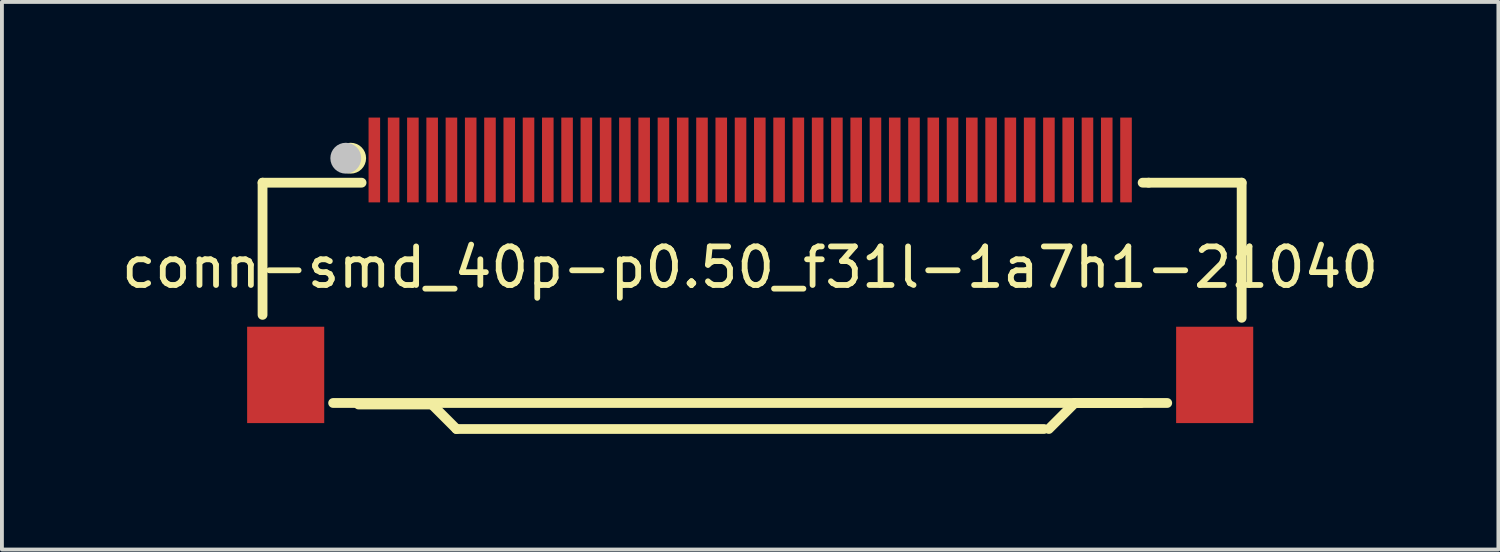
<source format=kicad_pcb>
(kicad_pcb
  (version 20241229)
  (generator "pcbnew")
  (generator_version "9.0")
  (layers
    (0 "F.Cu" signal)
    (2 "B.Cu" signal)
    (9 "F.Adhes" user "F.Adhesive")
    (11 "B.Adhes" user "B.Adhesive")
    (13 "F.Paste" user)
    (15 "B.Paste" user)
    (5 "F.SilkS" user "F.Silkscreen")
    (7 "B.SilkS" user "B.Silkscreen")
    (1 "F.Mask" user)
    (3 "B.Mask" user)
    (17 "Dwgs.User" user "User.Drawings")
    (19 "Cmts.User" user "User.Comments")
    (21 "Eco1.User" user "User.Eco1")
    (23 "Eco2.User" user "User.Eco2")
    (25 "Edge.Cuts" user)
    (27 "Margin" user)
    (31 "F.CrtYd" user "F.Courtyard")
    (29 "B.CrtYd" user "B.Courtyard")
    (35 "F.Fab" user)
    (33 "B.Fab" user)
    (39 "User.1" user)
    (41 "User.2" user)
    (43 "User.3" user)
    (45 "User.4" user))
  (footprint "conn-smd_40p-p0.50_f31l-1a7h1-21040"
    (layer "F.Cu")
    (at 16.411 3.888)
    (property "Reference" "conn-smd_40p-p0.50_f31l-1a7h1-21040" (at 0 0 0) (layer "F.SilkS") (effects (font (size 1 1) (thickness 0.15))))
    (fp_line (start -12.65 -2.199) (end -12.65 1.23) (stroke (width 0.254) (type default)) (layer "F.SilkS"))
    (fp_line (start -10.819 3.516) (end 10.819 3.516) (stroke (width 0.254) (type default)) (layer "F.SilkS"))
    (fp_line (start -10.16 3.556) (end -8.255 3.556) (stroke (width 0.254) (type default)) (layer "F.SilkS"))
    (fp_line (start -10.081 -2.199) (end -12.65 -2.199) (stroke (width 0.254) (type default)) (layer "F.SilkS"))
    (fp_line (start -8.255 3.556) (end -7.62 4.191) (stroke (width 0.254) (type default)) (layer "F.SilkS"))
    (fp_line (start -7.62 4.191) (end 7.62 4.191) (stroke (width 0.254) (type default)) (layer "F.SilkS"))
    (fp_line (start 8.422 3.516) (end 7.747 4.191) (stroke (width 0.254) (type default)) (layer "F.SilkS"))
    (fp_line (start 10.136 3.516) (end 8.422 3.516) (stroke (width 0.254) (type default)) (layer "F.SilkS"))
    (fp_line (start 10.337 -2.199) (end 10.181 -2.199) (stroke (width 0.254) (type default)) (layer "F.SilkS"))
    (fp_line (start 10.337 -2.199) (end 12.75 -2.199) (stroke (width 0.254) (type default)) (layer "F.SilkS"))
    (fp_line (start 12.75 -2.199) (end 12.75 1.306) (stroke (width 0.254) (type default)) (layer "F.SilkS"))
    (fp_circle (center -10.364 -2.834) (end -10.164 -2.834) (stroke (width 0.4) (type default)) (fill no) (layer "F.SilkS"))
    (fp_circle (center -10.491 -2.834) (end -10.291 -2.834) (stroke (width 0.4) (type default)) (fill no) (layer "Dwgs.User"))
    (fp_poly (pts (xy -12.65 2.087) (xy -11.45 2.087) (xy -11.45 3.487) (xy -12.65 3.487)) (stroke (width 0.1) (type default)) (fill no) (layer "User.1"))
    (fp_poly (pts (xy -9.85 -3.163) (xy -9.65 -3.163) (xy -9.65 -2.462) (xy -9.85 -2.462)) (stroke (width 0.1) (type default)) (fill no) (layer "User.1"))
    (fp_poly (pts (xy -9.85 -1.945) (xy -9.85 -2.945) (xy -9.65 -2.945) (xy -9.65 -1.945)) (stroke (width 0.1) (type default)) (fill no) (layer "User.1"))
    (fp_poly (pts (xy -9.35 -3.163) (xy -9.15 -3.163) (xy -9.15 -2.462) (xy -9.35 -2.462)) (stroke (width 0.1) (type default)) (fill no) (layer "User.1"))
    (fp_poly (pts (xy -9.35 -1.945) (xy -9.35 -2.945) (xy -9.15 -2.945) (xy -9.15 -1.945)) (stroke (width 0.1) (type default)) (fill no) (layer "User.1"))
    (fp_poly (pts (xy -8.85 -3.163) (xy -8.65 -3.163) (xy -8.65 -2.462) (xy -8.85 -2.462)) (stroke (width 0.1) (type default)) (fill no) (layer "User.1"))
    (fp_poly (pts (xy -8.85 -1.945) (xy -8.85 -2.945) (xy -8.65 -2.945) (xy -8.65 -1.945)) (stroke (width 0.1) (type default)) (fill no) (layer "User.1"))
    (fp_poly (pts (xy -8.35 -3.163) (xy -8.15 -3.163) (xy -8.15 -2.462) (xy -8.35 -2.462)) (stroke (width 0.1) (type default)) (fill no) (layer "User.1"))
    (fp_poly (pts (xy -8.35 -1.945) (xy -8.35 -2.945) (xy -8.15 -2.945) (xy -8.15 -1.945)) (stroke (width 0.1) (type default)) (fill no) (layer "User.1"))
    (fp_poly (pts (xy -7.85 -3.163) (xy -7.65 -3.163) (xy -7.65 -2.462) (xy -7.85 -2.462)) (stroke (width 0.1) (type default)) (fill no) (layer "User.1"))
    (fp_poly (pts (xy -7.85 -1.945) (xy -7.85 -2.945) (xy -7.65 -2.945) (xy -7.65 -1.945)) (stroke (width 0.1) (type default)) (fill no) (layer "User.1"))
    (fp_poly (pts (xy -7.35 -3.163) (xy -7.15 -3.163) (xy -7.15 -2.462) (xy -7.35 -2.462)) (stroke (width 0.1) (type default)) (fill no) (layer "User.1"))
    (fp_poly (pts (xy -7.35 -1.945) (xy -7.35 -2.945) (xy -7.15 -2.945) (xy -7.15 -1.945)) (stroke (width 0.1) (type default)) (fill no) (layer "User.1"))
    (fp_poly (pts (xy -6.85 -3.163) (xy -6.65 -3.163) (xy -6.65 -2.462) (xy -6.85 -2.462)) (stroke (width 0.1) (type default)) (fill no) (layer "User.1"))
    (fp_poly (pts (xy -6.85 -1.945) (xy -6.85 -2.945) (xy -6.65 -2.945) (xy -6.65 -1.945)) (stroke (width 0.1) (type default)) (fill no) (layer "User.1"))
    (fp_poly (pts (xy -6.35 -3.163) (xy -6.15 -3.163) (xy -6.15 -2.462) (xy -6.35 -2.462)) (stroke (width 0.1) (type default)) (fill no) (layer "User.1"))
    (fp_poly (pts (xy -6.35 -1.945) (xy -6.35 -2.945) (xy -6.15 -2.945) (xy -6.15 -1.945)) (stroke (width 0.1) (type default)) (fill no) (layer "User.1"))
    (fp_poly (pts (xy -5.85 -3.163) (xy -5.65 -3.163) (xy -5.65 -2.462) (xy -5.85 -2.462)) (stroke (width 0.1) (type default)) (fill no) (layer "User.1"))
    (fp_poly (pts (xy -5.85 -1.945) (xy -5.85 -2.945) (xy -5.65 -2.945) (xy -5.65 -1.945)) (stroke (width 0.1) (type default)) (fill no) (layer "User.1"))
    (fp_poly (pts (xy -5.35 -3.163) (xy -5.15 -3.163) (xy -5.15 -2.462) (xy -5.35 -2.462)) (stroke (width 0.1) (type default)) (fill no) (layer "User.1"))
    (fp_poly (pts (xy -5.35 -1.945) (xy -5.35 -2.945) (xy -5.15 -2.945) (xy -5.15 -1.945)) (stroke (width 0.1) (type default)) (fill no) (layer "User.1"))
    (fp_poly (pts (xy -4.85 -3.163) (xy -4.65 -3.163) (xy -4.65 -2.462) (xy -4.85 -2.462)) (stroke (width 0.1) (type default)) (fill no) (layer "User.1"))
    (fp_poly (pts (xy -4.85 -1.945) (xy -4.85 -2.945) (xy -4.65 -2.945) (xy -4.65 -1.945)) (stroke (width 0.1) (type default)) (fill no) (layer "User.1"))
    (fp_poly (pts (xy -4.35 -3.163) (xy -4.15 -3.163) (xy -4.15 -2.462) (xy -4.35 -2.462)) (stroke (width 0.1) (type default)) (fill no) (layer "User.1"))
    (fp_poly (pts (xy -4.35 -1.945) (xy -4.35 -2.945) (xy -4.15 -2.945) (xy -4.15 -1.945)) (stroke (width 0.1) (type default)) (fill no) (layer "User.1"))
    (fp_poly (pts (xy -3.85 -3.163) (xy -3.65 -3.163) (xy -3.65 -2.462) (xy -3.85 -2.462)) (stroke (width 0.1) (type default)) (fill no) (layer "User.1"))
    (fp_poly (pts (xy -3.85 -1.945) (xy -3.85 -2.945) (xy -3.65 -2.945) (xy -3.65 -1.945)) (stroke (width 0.1) (type default)) (fill no) (layer "User.1"))
    (fp_poly (pts (xy -3.35 -3.163) (xy -3.15 -3.163) (xy -3.15 -2.462) (xy -3.35 -2.462)) (stroke (width 0.1) (type default)) (fill no) (layer "User.1"))
    (fp_poly (pts (xy -3.35 -1.945) (xy -3.35 -2.945) (xy -3.15 -2.945) (xy -3.15 -1.945)) (stroke (width 0.1) (type default)) (fill no) (layer "User.1"))
    (fp_poly (pts (xy -2.85 -3.163) (xy -2.65 -3.163) (xy -2.65 -2.462) (xy -2.85 -2.462)) (stroke (width 0.1) (type default)) (fill no) (layer "User.1"))
    (fp_poly (pts (xy -2.85 -1.945) (xy -2.85 -2.945) (xy -2.65 -2.945) (xy -2.65 -1.945)) (stroke (width 0.1) (type default)) (fill no) (layer "User.1"))
    (fp_poly (pts (xy -2.35 -3.163) (xy -2.15 -3.163) (xy -2.15 -2.462) (xy -2.35 -2.462)) (stroke (width 0.1) (type default)) (fill no) (layer "User.1"))
    (fp_poly (pts (xy -2.35 -1.945) (xy -2.35 -2.945) (xy -2.15 -2.945) (xy -2.15 -1.945)) (stroke (width 0.1) (type default)) (fill no) (layer "User.1"))
    (fp_poly (pts (xy -1.85 -3.163) (xy -1.65 -3.163) (xy -1.65 -2.462) (xy -1.85 -2.462)) (stroke (width 0.1) (type default)) (fill no) (layer "User.1"))
    (fp_poly (pts (xy -1.85 -1.945) (xy -1.85 -2.945) (xy -1.65 -2.945) (xy -1.65 -1.945)) (stroke (width 0.1) (type default)) (fill no) (layer "User.1"))
    (fp_poly (pts (xy -1.35 -3.163) (xy -1.15 -3.163) (xy -1.15 -2.462) (xy -1.35 -2.462)) (stroke (width 0.1) (type default)) (fill no) (layer "User.1"))
    (fp_poly (pts (xy -1.35 -1.945) (xy -1.35 -2.945) (xy -1.15 -2.945) (xy -1.15 -1.945)) (stroke (width 0.1) (type default)) (fill no) (layer "User.1"))
    (fp_poly (pts (xy -0.85 -3.163) (xy -0.65 -3.163) (xy -0.65 -2.462) (xy -0.85 -2.462)) (stroke (width 0.1) (type default)) (fill no) (layer "User.1"))
    (fp_poly (pts (xy -0.85 -1.945) (xy -0.85 -2.945) (xy -0.65 -2.945) (xy -0.65 -1.945)) (stroke (width 0.1) (type default)) (fill no) (layer "User.1"))
    (fp_poly (pts (xy -0.35 -3.163) (xy -0.15 -3.163) (xy -0.15 -2.462) (xy -0.35 -2.462)) (stroke (width 0.1) (type default)) (fill no) (layer "User.1"))
    (fp_poly (pts (xy -0.35 -1.945) (xy -0.35 -2.945) (xy -0.15 -2.945) (xy -0.15 -1.945)) (stroke (width 0.1) (type default)) (fill no) (layer "User.1"))
    (fp_poly (pts (xy 0.15 -3.163) (xy 0.35 -3.163) (xy 0.35 -2.462) (xy 0.15 -2.462)) (stroke (width 0.1) (type default)) (fill no) (layer "User.1"))
    (fp_poly (pts (xy 0.15 -1.945) (xy 0.15 -2.945) (xy 0.35 -2.945) (xy 0.35 -1.945)) (stroke (width 0.1) (type default)) (fill no) (layer "User.1"))
    (fp_poly (pts (xy 0.65 -3.163) (xy 0.85 -3.163) (xy 0.85 -2.462) (xy 0.65 -2.462)) (stroke (width 0.1) (type default)) (fill no) (layer "User.1"))
    (fp_poly (pts (xy 0.65 -1.945) (xy 0.65 -2.945) (xy 0.85 -2.945) (xy 0.85 -1.945)) (stroke (width 0.1) (type default)) (fill no) (layer "User.1"))
    (fp_poly (pts (xy 1.15 -3.163) (xy 1.35 -3.163) (xy 1.35 -2.462) (xy 1.15 -2.462)) (stroke (width 0.1) (type default)) (fill no) (layer "User.1"))
    (fp_poly (pts (xy 1.15 -1.945) (xy 1.15 -2.945) (xy 1.35 -2.945) (xy 1.35 -1.945)) (stroke (width 0.1) (type default)) (fill no) (layer "User.1"))
    (fp_poly (pts (xy 1.65 -3.163) (xy 1.85 -3.163) (xy 1.85 -2.462) (xy 1.65 -2.462)) (stroke (width 0.1) (type default)) (fill no) (layer "User.1"))
    (fp_poly (pts (xy 1.65 -1.945) (xy 1.65 -2.945) (xy 1.85 -2.945) (xy 1.85 -1.945)) (stroke (width 0.1) (type default)) (fill no) (layer "User.1"))
    (fp_poly (pts (xy 2.15 -3.163) (xy 2.35 -3.163) (xy 2.35 -2.462) (xy 2.15 -2.462)) (stroke (width 0.1) (type default)) (fill no) (layer "User.1"))
    (fp_poly (pts (xy 2.15 -1.945) (xy 2.15 -2.945) (xy 2.35 -2.945) (xy 2.35 -1.945)) (stroke (width 0.1) (type default)) (fill no) (layer "User.1"))
    (fp_poly (pts (xy 2.65 -3.163) (xy 2.85 -3.163) (xy 2.85 -2.462) (xy 2.65 -2.462)) (stroke (width 0.1) (type default)) (fill no) (layer "User.1"))
    (fp_poly (pts (xy 2.65 -1.945) (xy 2.65 -2.945) (xy 2.85 -2.945) (xy 2.85 -1.945)) (stroke (width 0.1) (type default)) (fill no) (layer "User.1"))
    (fp_poly (pts (xy 3.15 -3.163) (xy 3.35 -3.163) (xy 3.35 -2.462) (xy 3.15 -2.462)) (stroke (width 0.1) (type default)) (fill no) (layer "User.1"))
    (fp_poly (pts (xy 3.15 -1.945) (xy 3.15 -2.945) (xy 3.35 -2.945) (xy 3.35 -1.945)) (stroke (width 0.1) (type default)) (fill no) (layer "User.1"))
    (fp_poly (pts (xy 3.65 -3.163) (xy 3.85 -3.163) (xy 3.85 -2.462) (xy 3.65 -2.462)) (stroke (width 0.1) (type default)) (fill no) (layer "User.1"))
    (fp_poly (pts (xy 3.65 -1.945) (xy 3.65 -2.945) (xy 3.85 -2.945) (xy 3.85 -1.945)) (stroke (width 0.1) (type default)) (fill no) (layer "User.1"))
    (fp_poly (pts (xy 4.15 -3.163) (xy 4.35 -3.163) (xy 4.35 -2.462) (xy 4.15 -2.462)) (stroke (width 0.1) (type default)) (fill no) (layer "User.1"))
    (fp_poly (pts (xy 4.15 -1.945) (xy 4.15 -2.945) (xy 4.35 -2.945) (xy 4.35 -1.945)) (stroke (width 0.1) (type default)) (fill no) (layer "User.1"))
    (fp_poly (pts (xy 4.65 -3.163) (xy 4.85 -3.163) (xy 4.85 -2.462) (xy 4.65 -2.462)) (stroke (width 0.1) (type default)) (fill no) (layer "User.1"))
    (fp_poly (pts (xy 4.65 -1.945) (xy 4.65 -2.945) (xy 4.85 -2.945) (xy 4.85 -1.945)) (stroke (width 0.1) (type default)) (fill no) (layer "User.1"))
    (fp_poly (pts (xy 5.15 -3.163) (xy 5.35 -3.163) (xy 5.35 -2.462) (xy 5.15 -2.462)) (stroke (width 0.1) (type default)) (fill no) (layer "User.1"))
    (fp_poly (pts (xy 5.15 -1.945) (xy 5.15 -2.945) (xy 5.35 -2.945) (xy 5.35 -1.945)) (stroke (width 0.1) (type default)) (fill no) (layer "User.1"))
    (fp_poly (pts (xy 5.65 -3.163) (xy 5.85 -3.163) (xy 5.85 -2.462) (xy 5.65 -2.462)) (stroke (width 0.1) (type default)) (fill no) (layer "User.1"))
    (fp_poly (pts (xy 5.65 -1.945) (xy 5.65 -2.945) (xy 5.85 -2.945) (xy 5.85 -1.945)) (stroke (width 0.1) (type default)) (fill no) (layer "User.1"))
    (fp_poly (pts (xy 6.15 -3.163) (xy 6.35 -3.163) (xy 6.35 -2.462) (xy 6.15 -2.462)) (stroke (width 0.1) (type default)) (fill no) (layer "User.1"))
    (fp_poly (pts (xy 6.15 -1.945) (xy 6.15 -2.945) (xy 6.35 -2.945) (xy 6.35 -1.945)) (stroke (width 0.1) (type default)) (fill no) (layer "User.1"))
    (fp_poly (pts (xy 6.65 -3.163) (xy 6.85 -3.163) (xy 6.85 -2.462) (xy 6.65 -2.462)) (stroke (width 0.1) (type default)) (fill no) (layer "User.1"))
    (fp_poly (pts (xy 6.65 -1.945) (xy 6.65 -2.945) (xy 6.85 -2.945) (xy 6.85 -1.945)) (stroke (width 0.1) (type default)) (fill no) (layer "User.1"))
    (fp_poly (pts (xy 7.15 -3.163) (xy 7.35 -3.163) (xy 7.35 -2.462) (xy 7.15 -2.462)) (stroke (width 0.1) (type default)) (fill no) (layer "User.1"))
    (fp_poly (pts (xy 7.15 -1.945) (xy 7.15 -2.945) (xy 7.35 -2.945) (xy 7.35 -1.945)) (stroke (width 0.1) (type default)) (fill no) (layer "User.1"))
    (fp_poly (pts (xy 7.65 -3.163) (xy 7.85 -3.163) (xy 7.85 -2.462) (xy 7.65 -2.462)) (stroke (width 0.1) (type default)) (fill no) (layer "User.1"))
    (fp_poly (pts (xy 7.65 -1.945) (xy 7.65 -2.945) (xy 7.85 -2.945) (xy 7.85 -1.945)) (stroke (width 0.1) (type default)) (fill no) (layer "User.1"))
    (fp_poly (pts (xy 8.15 -3.163) (xy 8.35 -3.163) (xy 8.35 -2.462) (xy 8.15 -2.462)) (stroke (width 0.1) (type default)) (fill no) (layer "User.1"))
    (fp_poly (pts (xy 8.15 -1.945) (xy 8.15 -2.945) (xy 8.35 -2.945) (xy 8.35 -1.945)) (stroke (width 0.1) (type default)) (fill no) (layer "User.1"))
    (fp_poly (pts (xy 8.65 -3.163) (xy 8.85 -3.163) (xy 8.85 -2.462) (xy 8.65 -2.462)) (stroke (width 0.1) (type default)) (fill no) (layer "User.1"))
    (fp_poly (pts (xy 8.65 -1.945) (xy 8.65 -2.945) (xy 8.85 -2.945) (xy 8.85 -1.945)) (stroke (width 0.1) (type default)) (fill no) (layer "User.1"))
    (fp_poly (pts (xy 9.15 -3.163) (xy 9.35 -3.163) (xy 9.35 -2.462) (xy 9.15 -2.462)) (stroke (width 0.1) (type default)) (fill no) (layer "User.1"))
    (fp_poly (pts (xy 9.15 -1.945) (xy 9.15 -2.945) (xy 9.35 -2.945) (xy 9.35 -1.945)) (stroke (width 0.1) (type default)) (fill no) (layer "User.1"))
    (fp_poly (pts (xy 9.65 -3.163) (xy 9.85 -3.163) (xy 9.85 -2.462) (xy 9.65 -2.462)) (stroke (width 0.1) (type default)) (fill no) (layer "User.1"))
    (fp_poly (pts (xy 9.65 -1.945) (xy 9.65 -2.945) (xy 9.85 -2.945) (xy 9.85 -1.945)) (stroke (width 0.1) (type default)) (fill no) (layer "User.1"))
    (fp_poly (pts (xy 11.45 2.087) (xy 12.65 2.087) (xy 12.65 3.487) (xy 11.45 3.487)) (stroke (width 0.1) (type default)) (fill no) (layer "User.1"))
    (fp_line (start -12.65 -2.013) (end 12.65 -2.013) (stroke (width 0.051) (type default)) (layer "User.2"))
    (fp_line (start -12.65 4.188) (end -12.65 -2.013) (stroke (width 0.051) (type default)) (layer "User.2"))
    (fp_line (start 12.65 -2.013) (end 12.65 4.188) (stroke (width 0.051) (type default)) (layer "User.2"))
    (fp_line (start 12.65 4.188) (end -12.65 4.188) (stroke (width 0.051) (type default)) (layer "User.2"))
    (fp_poly (pts (xy -12.59 -3.163) (xy -12.608 -3.205) (xy -12.65 -3.223) (xy -12.692 -3.205) (xy -12.71 -3.163) (xy -12.692 -3.12) (xy -12.65 -3.103) (xy -12.608 -3.12)) (stroke (width 0.1) (type default)) (fill no) (layer "User.3"))
    (pad "1" smd rect (at -9.75 -2.788) (size 0.3 2.2) (layers "F.Cu" "F.Mask" "F.Paste"))
    (pad "2" smd rect (at -9.25 -2.788) (size 0.3 2.2) (layers "F.Cu" "F.Mask" "F.Paste"))
    (pad "3" smd rect (at -8.75 -2.788) (size 0.3 2.2) (layers "F.Cu" "F.Mask" "F.Paste"))
    (pad "4" smd rect (at -8.25 -2.788) (size 0.3 2.2) (layers "F.Cu" "F.Mask" "F.Paste"))
    (pad "5" smd rect (at -7.75 -2.788) (size 0.3 2.2) (layers "F.Cu" "F.Mask" "F.Paste"))
    (pad "6" smd rect (at -7.25 -2.788) (size 0.3 2.2) (layers "F.Cu" "F.Mask" "F.Paste"))
    (pad "7" smd rect (at -6.75 -2.788) (size 0.3 2.2) (layers "F.Cu" "F.Mask" "F.Paste"))
    (pad "8" smd rect (at -6.25 -2.788) (size 0.3 2.2) (layers "F.Cu" "F.Mask" "F.Paste"))
    (pad "9" smd rect (at -5.75 -2.788) (size 0.3 2.2) (layers "F.Cu" "F.Mask" "F.Paste"))
    (pad "10" smd rect (at -5.25 -2.788) (size 0.3 2.2) (layers "F.Cu" "F.Mask" "F.Paste"))
    (pad "11" smd rect (at -4.75 -2.788) (size 0.3 2.2) (layers "F.Cu" "F.Mask" "F.Paste"))
    (pad "12" smd rect (at -4.25 -2.788) (size 0.3 2.2) (layers "F.Cu" "F.Mask" "F.Paste"))
    (pad "13" smd rect (at -3.75 -2.788) (size 0.3 2.2) (layers "F.Cu" "F.Mask" "F.Paste"))
    (pad "14" smd rect (at -3.25 -2.788) (size 0.3 2.2) (layers "F.Cu" "F.Mask" "F.Paste"))
    (pad "15" smd rect (at -2.75 -2.788) (size 0.3 2.2) (layers "F.Cu" "F.Mask" "F.Paste"))
    (pad "16" smd rect (at -2.25 -2.788) (size 0.3 2.2) (layers "F.Cu" "F.Mask" "F.Paste"))
    (pad "17" smd rect (at -1.75 -2.788) (size 0.3 2.2) (layers "F.Cu" "F.Mask" "F.Paste"))
    (pad "18" smd rect (at -1.25 -2.788) (size 0.3 2.2) (layers "F.Cu" "F.Mask" "F.Paste"))
    (pad "19" smd rect (at -0.75 -2.788) (size 0.3 2.2) (layers "F.Cu" "F.Mask" "F.Paste"))
    (pad "20" smd rect (at -0.25 -2.788) (size 0.3 2.2) (layers "F.Cu" "F.Mask" "F.Paste"))
    (pad "21" smd rect (at 0.25 -2.788) (size 0.3 2.2) (layers "F.Cu" "F.Mask" "F.Paste"))
    (pad "22" smd rect (at 0.75 -2.788) (size 0.3 2.2) (layers "F.Cu" "F.Mask" "F.Paste"))
    (pad "23" smd rect (at 1.25 -2.788) (size 0.3 2.2) (layers "F.Cu" "F.Mask" "F.Paste"))
    (pad "24" smd rect (at 1.75 -2.788) (size 0.3 2.2) (layers "F.Cu" "F.Mask" "F.Paste"))
    (pad "25" smd rect (at 2.25 -2.788) (size 0.3 2.2) (layers "F.Cu" "F.Mask" "F.Paste"))
    (pad "26" smd rect (at 2.75 -2.788) (size 0.3 2.2) (layers "F.Cu" "F.Mask" "F.Paste"))
    (pad "27" smd rect (at 3.25 -2.788) (size 0.3 2.2) (layers "F.Cu" "F.Mask" "F.Paste"))
    (pad "28" smd rect (at 3.75 -2.788) (size 0.3 2.2) (layers "F.Cu" "F.Mask" "F.Paste"))
    (pad "29" smd rect (at 4.25 -2.788) (size 0.3 2.2) (layers "F.Cu" "F.Mask" "F.Paste"))
    (pad "30" smd rect (at 4.75 -2.788) (size 0.3 2.2) (layers "F.Cu" "F.Mask" "F.Paste"))
    (pad "31" smd rect (at 5.25 -2.788) (size 0.3 2.2) (layers "F.Cu" "F.Mask" "F.Paste"))
    (pad "32" smd rect (at 5.75 -2.788) (size 0.3 2.2) (layers "F.Cu" "F.Mask" "F.Paste"))
    (pad "33" smd rect (at 6.25 -2.788) (size 0.3 2.2) (layers "F.Cu" "F.Mask" "F.Paste"))
    (pad "34" smd rect (at 6.75 -2.788) (size 0.3 2.2) (layers "F.Cu" "F.Mask" "F.Paste"))
    (pad "35" smd rect (at 7.25 -2.788) (size 0.3 2.2) (layers "F.Cu" "F.Mask" "F.Paste"))
    (pad "36" smd rect (at 7.75 -2.788) (size 0.3 2.2) (layers "F.Cu" "F.Mask" "F.Paste"))
    (pad "37" smd rect (at 8.25 -2.788) (size 0.3 2.2) (layers "F.Cu" "F.Mask" "F.Paste"))
    (pad "38" smd rect (at 8.75 -2.788) (size 0.3 2.2) (layers "F.Cu" "F.Mask" "F.Paste"))
    (pad "39" smd rect (at 9.25 -2.788) (size 0.3 2.2) (layers "F.Cu" "F.Mask" "F.Paste"))
    (pad "40" smd rect (at 9.75 -2.788) (size 0.3 2.2) (layers "F.Cu" "F.Mask" "F.Paste"))
    (pad "41" smd rect (at -12.05 2.788) (size 2 2.5) (layers "F.Cu" "F.Mask" "F.Paste"))
    (pad "42" smd rect (at 12.05 2.788) (size 2 2.5) (layers "F.Cu" "F.Mask" "F.Paste")))
  (gr_rect
    (start -3 -3)
    (end 35.821 11.206)
    (stroke (width 0.1) (type default))
    (fill no)
    (layer "Edge.Cuts")))
</source>
